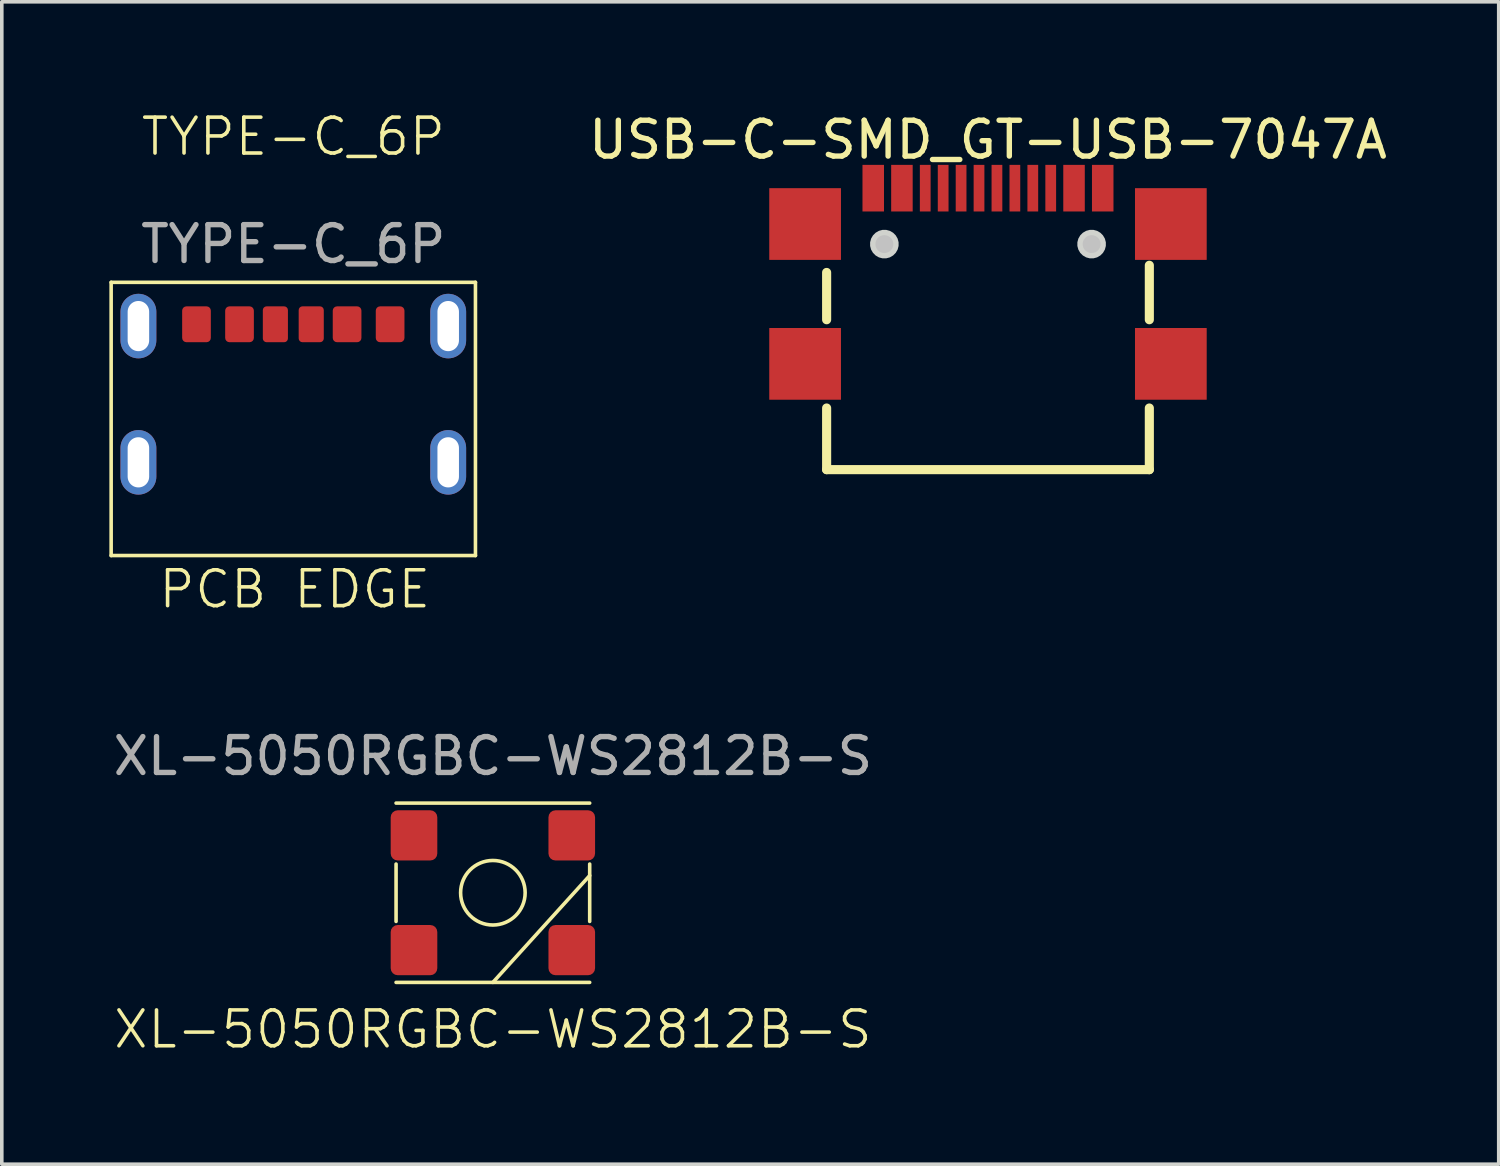
<source format=kicad_pcb>
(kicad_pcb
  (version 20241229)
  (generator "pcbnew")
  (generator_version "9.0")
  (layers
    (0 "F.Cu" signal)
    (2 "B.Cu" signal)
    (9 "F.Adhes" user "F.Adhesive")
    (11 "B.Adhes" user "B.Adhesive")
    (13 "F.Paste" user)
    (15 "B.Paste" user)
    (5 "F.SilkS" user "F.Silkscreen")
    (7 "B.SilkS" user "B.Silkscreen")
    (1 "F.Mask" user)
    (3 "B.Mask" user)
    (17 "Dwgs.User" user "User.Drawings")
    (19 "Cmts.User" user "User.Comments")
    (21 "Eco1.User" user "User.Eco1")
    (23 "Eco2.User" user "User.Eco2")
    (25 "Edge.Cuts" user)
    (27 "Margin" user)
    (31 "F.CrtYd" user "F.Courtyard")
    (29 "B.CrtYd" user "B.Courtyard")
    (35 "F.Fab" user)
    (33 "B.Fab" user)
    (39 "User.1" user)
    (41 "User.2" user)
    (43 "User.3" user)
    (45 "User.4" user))
  (footprint "TYPE-C_6P"
    (layer "F.Cu")
    (at 5.13 12.444)
    (property "Reference" "TYPE-C_6P" (at 0 -11.684 0) (unlocked yes) (layer "F.SilkS") (effects (font (size 1 1) (thickness 0.1))))
    (attr smd)
    (fp_line (start -5.08 -7.62) (end -5.08 0) (stroke (width 0.1) (type default)) (layer "F.SilkS"))
    (fp_line (start -5.08 0) (end 5.08 0) (stroke (width 0.1) (type default)) (layer "F.SilkS"))
    (fp_line (start 5.08 -7.62) (end -5.08 -7.62) (stroke (width 0.1) (type default)) (layer "F.SilkS"))
    (fp_line (start 5.08 0) (end 5.08 -7.62) (stroke (width 0.1) (type default)) (layer "F.SilkS"))
    (fp_text user "PCB EDGE" (at -3.81 1.524 0) (unlocked yes) (layer "F.SilkS") (effects (font (size 1 1) (thickness 0.1)) (justify left bottom)))
    (fp_text user "${REFERENCE}" (at 0 -8.684 0) (unlocked yes) (layer "F.Fab") (effects (font (size 1 1) (thickness 0.15))))
    (pad "7" thru_hole oval (at -4.32 -6.4) (size 1 1.8) (drill oval 0.6 1.4) (layers "*.Cu" "*.Mask"))
    (pad "7" thru_hole oval (at -4.32 -2.6) (size 1 1.8) (drill oval 0.6 1.4) (layers "*.Cu" "*.Mask"))
    (pad "7" thru_hole oval (at 4.32 -6.4) (size 1 1.8) (drill oval 0.6 1.4) (layers "*.Cu" "*.Mask"))
    (pad "7" thru_hole oval (at 4.32 -2.6) (size 1 1.8) (drill oval 0.6 1.4) (layers "*.Cu" "*.Mask"))
    (pad "A5" smd roundrect (at -0.5 -6.45) (size 0.7 1) (layers "F.Cu" "F.Mask" "F.Paste") (roundrect_rratio 0.15))
    (pad "A9" smd roundrect (at 1.5 -6.45) (size 0.8 1) (layers "F.Cu" "F.Mask" "F.Paste") (roundrect_rratio 0.15))
    (pad "A12" smd roundrect (at 2.7 -6.45) (size 0.8 1) (layers "F.Cu" "F.Mask" "F.Paste") (roundrect_rratio 0.15))
    (pad "B5" smd roundrect (at 0.5 -6.45) (size 0.7 1) (layers "F.Cu" "F.Mask" "F.Paste") (roundrect_rratio 0.15))
    (pad "B9" smd roundrect (at -1.5 -6.45) (size 0.8 1) (layers "F.Cu" "F.Mask" "F.Paste") (roundrect_rratio 0.15))
    (pad "B12" smd roundrect (at -2.7 -6.45) (size 0.8 1) (layers "F.Cu" "F.Mask" "F.Paste") (roundrect_rratio 0.15)))
  (footprint "USB-C-SMD_GT-USB-7047A"
    (layer "F.Cu")
    (at 24.504 4.648)
    (property "Reference" "USB-C-SMD_GT-USB-7047A" (at 0 -3.8 0) (layer "F.SilkS") (effects (font (size 1 1) (thickness 0.15))))
    (fp_line (start -4.5 1.219) (end -4.5 -0.1) (stroke (width 0.254) (type default)) (layer "F.SilkS"))
    (fp_line (start -4.5 5.4) (end -4.5 3.681) (stroke (width 0.254) (type default)) (layer "F.SilkS"))
    (fp_line (start -4.5 5.4) (end 4.5 5.4) (stroke (width 0.254) (type default)) (layer "F.SilkS"))
    (fp_line (start 4.5 1.219) (end 4.5 -0.3) (stroke (width 0.254) (type default)) (layer "F.SilkS"))
    (fp_line (start 4.5 5.4) (end 4.5 3.681) (stroke (width 0.254) (type default)) (layer "F.SilkS"))
    (fp_circle (center -2.89 -0.89) (end -2.765 -0.89) (stroke (width 0.25) (type default)) (fill no) (layer "Dwgs.User"))
    (fp_circle (center 2.89 -0.89) (end 3.015 -0.89) (stroke (width 0.25) (type default)) (fill no) (layer "Dwgs.User"))
    (fp_poly (pts (xy -2.493 -0.942) (xy -2.52 -1.043) (xy -2.573 -1.134) (xy -2.646 -1.207) (xy -2.737 -1.26) (xy -2.838 -1.287) (xy -2.942 -1.287) (xy -3.043 -1.26) (xy -3.134 -1.207) (xy -3.207 -1.134) (xy -3.26 -1.043) (xy -3.287 -0.942) (xy -3.287 -0.838) (xy -3.26 -0.737) (xy -3.207 -0.646) (xy -3.134 -0.573) (xy -3.043 -0.52) (xy -2.942 -0.493) (xy -2.838 -0.493) (xy -2.737 -0.52) (xy -2.646 -0.573) (xy -2.573 -0.646) (xy -2.52 -0.737) (xy -2.493 -0.838)) (stroke (width 0) (type default)) (fill yes) (layer "Edge.Cuts"))
    (fp_poly (pts (xy 3.287 -0.942) (xy 3.26 -1.043) (xy 3.207 -1.134) (xy 3.134 -1.207) (xy 3.043 -1.26) (xy 2.942 -1.287) (xy 2.838 -1.287) (xy 2.737 -1.26) (xy 2.646 -1.207) (xy 2.573 -1.134) (xy 2.52 -1.043) (xy 2.493 -0.942) (xy 2.493 -0.838) (xy 2.52 -0.737) (xy 2.573 -0.646) (xy 2.646 -0.573) (xy 2.737 -0.52) (xy 2.838 -0.493) (xy 2.942 -0.493) (xy 3.043 -0.52) (xy 3.134 -0.573) (xy 3.207 -0.646) (xy 3.26 -0.737) (xy 3.287 -0.838)) (stroke (width 0) (type default)) (fill yes) (layer "Edge.Cuts"))
    (fp_poly (pts (xy -5.73 -2) (xy -4.43 -2) (xy -4.43 -0.9) (xy -5.73 -0.9)) (stroke (width 0.1) (type default)) (fill no) (layer "User.1"))
    (fp_poly (pts (xy -5.73 1.85) (xy -4.43 1.85) (xy -4.43 3.05) (xy -5.73 3.05)) (stroke (width 0.1) (type default)) (fill no) (layer "User.1"))
    (fp_poly (pts (xy -3.4 -2.49) (xy -3 -2.49) (xy -3 -1.69) (xy -3.4 -1.69)) (stroke (width 0.1) (type default)) (fill no) (layer "User.1"))
    (fp_poly (pts (xy -2.6 -2.49) (xy -2.2 -2.49) (xy -2.2 -1.69) (xy -2.6 -1.69)) (stroke (width 0.1) (type default)) (fill no) (layer "User.1"))
    (fp_poly (pts (xy -1.85 -2.49) (xy -1.65 -2.49) (xy -1.65 -1.69) (xy -1.85 -1.69)) (stroke (width 0.1) (type default)) (fill no) (layer "User.1"))
    (fp_poly (pts (xy -1.35 -2.49) (xy -1.15 -2.49) (xy -1.15 -1.69) (xy -1.35 -1.69)) (stroke (width 0.1) (type default)) (fill no) (layer "User.1"))
    (fp_poly (pts (xy -0.85 -2.49) (xy -0.65 -2.49) (xy -0.65 -1.69) (xy -0.85 -1.69)) (stroke (width 0.1) (type default)) (fill no) (layer "User.1"))
    (fp_poly (pts (xy -0.35 -2.49) (xy -0.15 -2.49) (xy -0.15 -1.69) (xy -0.35 -1.69)) (stroke (width 0.1) (type default)) (fill no) (layer "User.1"))
    (fp_poly (pts (xy 0.15 -2.49) (xy 0.35 -2.49) (xy 0.35 -1.69) (xy 0.15 -1.69)) (stroke (width 0.1) (type default)) (fill no) (layer "User.1"))
    (fp_poly (pts (xy 0.65 -2.49) (xy 0.85 -2.49) (xy 0.85 -1.69) (xy 0.65 -1.69)) (stroke (width 0.1) (type default)) (fill no) (layer "User.1"))
    (fp_poly (pts (xy 1.15 -2.49) (xy 1.35 -2.49) (xy 1.35 -1.69) (xy 1.15 -1.69)) (stroke (width 0.1) (type default)) (fill no) (layer "User.1"))
    (fp_poly (pts (xy 1.65 -2.49) (xy 1.85 -2.49) (xy 1.85 -1.69) (xy 1.65 -1.69)) (stroke (width 0.1) (type default)) (fill no) (layer "User.1"))
    (fp_poly (pts (xy 2.2 -2.49) (xy 2.6 -2.49) (xy 2.6 -1.69) (xy 2.2 -1.69)) (stroke (width 0.1) (type default)) (fill no) (layer "User.1"))
    (fp_poly (pts (xy 3 -2.49) (xy 3.4 -2.49) (xy 3.4 -1.69) (xy 3 -1.69)) (stroke (width 0.1) (type default)) (fill no) (layer "User.1"))
    (fp_poly (pts (xy 4.42 -2) (xy 5.72 -2) (xy 5.72 -0.9) (xy 4.42 -0.9)) (stroke (width 0.1) (type default)) (fill no) (layer "User.1"))
    (fp_poly (pts (xy 4.42 1.85) (xy 5.72 1.85) (xy 5.72 3.05) (xy 4.42 3.05)) (stroke (width 0.1) (type default)) (fill no) (layer "User.1"))
    (fp_line (start -4.48 -1.99) (end 4.47 -1.99) (stroke (width 0.051) (type default)) (layer "User.2"))
    (fp_line (start -4.47 2.27) (end -4.48 -1.99) (stroke (width 0.051) (type default)) (layer "User.2"))
    (fp_line (start -4.47 5.37) (end -4.47 2.27) (stroke (width 0.051) (type default)) (layer "User.2"))
    (fp_line (start 4.47 -1.99) (end 4.47 5.37) (stroke (width 0.051) (type default)) (layer "User.2"))
    (fp_line (start 4.47 5.37) (end -4.47 5.37) (stroke (width 0.051) (type default)) (layer "User.2"))
    (fp_poly (pts (xy -5.675 -2.513) (xy -5.707 -2.545) (xy -5.753 -2.545) (xy -5.785 -2.513) (xy -5.785 -2.467) (xy -5.753 -2.435) (xy -5.707 -2.435) (xy -5.675 -2.467)) (stroke (width 0.1) (type default)) (fill no) (layer "User.3"))
    (pad "1" smd rect (at -5.1 -1.45) (size 2 2) (layers "F.Cu" "F.Mask" "F.Paste"))
    (pad "2" smd rect (at 5.1 -1.45) (size 2 2) (layers "F.Cu" "F.Mask" "F.Paste"))
    (pad "3" smd rect (at 5.1 2.45) (size 2 2) (layers "F.Cu" "F.Mask" "F.Paste"))
    (pad "4" smd rect (at -5.1 2.45) (size 2 2) (layers "F.Cu" "F.Mask" "F.Paste"))
    (pad "A1B12" smd rect (at -3.2 -2.45) (size 0.6 1.3) (layers "F.Cu" "F.Mask" "F.Paste"))
    (pad "A4B9" smd rect (at -2.4 -2.45) (size 0.6 1.3) (layers "F.Cu" "F.Mask" "F.Paste"))
    (pad "A5" smd rect (at -1.25 -2.45) (size 0.3 1.3) (layers "F.Cu" "F.Mask" "F.Paste"))
    (pad "A6" smd rect (at -0.25 -2.45) (size 0.3 1.3) (layers "F.Cu" "F.Mask" "F.Paste"))
    (pad "A7" smd rect (at 0.25 -2.45) (size 0.3 1.3) (layers "F.Cu" "F.Mask" "F.Paste"))
    (pad "A8" smd rect (at 1.25 -2.45) (size 0.3 1.3) (layers "F.Cu" "F.Mask" "F.Paste"))
    (pad "B1A12" smd rect (at 3.2 -2.45) (size 0.6 1.3) (layers "F.Cu" "F.Mask" "F.Paste"))
    (pad "B4A9" smd rect (at 2.4 -2.45) (size 0.6 1.3) (layers "F.Cu" "F.Mask" "F.Paste"))
    (pad "B5" smd rect (at 1.75 -2.45) (size 0.3 1.3) (layers "F.Cu" "F.Mask" "F.Paste"))
    (pad "B6" smd rect (at 0.75 -2.45) (size 0.3 1.3) (layers "F.Cu" "F.Mask" "F.Paste"))
    (pad "B7" smd rect (at -0.75 -2.45) (size 0.3 1.3) (layers "F.Cu" "F.Mask" "F.Paste"))
    (pad "B8" smd rect (at -1.75 -2.45) (size 0.3 1.3) (layers "F.Cu" "F.Mask" "F.Paste")))
  (footprint "XL-5050RGBC-WS2812B-S"
    (layer "F.Cu")
    (at 10.696 21.848)
    (property "Reference" "XL-5050RGBC-WS2812B-S" (at 0 3.81 0) (unlocked yes) (layer "F.SilkS") (effects (font (size 1 1) (thickness 0.1))))
    (attr smd)
    (fp_line (start -2.7 -2.5) (end 2.7 -2.5) (stroke (width 0.1) (type default)) (layer "F.SilkS"))
    (fp_line (start -2.7 0.8) (end -2.7 -0.8) (stroke (width 0.1) (type solid)) (layer "F.SilkS"))
    (fp_line (start 2.7 -0.479) (end 0 2.5) (stroke (width 0.1) (type default)) (layer "F.SilkS"))
    (fp_line (start 2.7 0.8) (end 2.7 -0.8) (stroke (width 0.1) (type solid)) (layer "F.SilkS"))
    (fp_line (start 2.7 2.5) (end -2.7 2.5) (stroke (width 0.1) (type default)) (layer "F.SilkS"))
    (fp_circle (center 0 0) (end 0.9 0) (stroke (width 0.1) (type solid)) (fill no) (layer "F.SilkS"))
    (fp_text user "${REFERENCE}" (at 0 -3.81 0) (unlocked yes) (layer "F.Fab") (effects (font (size 1 1) (thickness 0.15))))
    (pad "1" smd roundrect (at -2.2 -1.6) (size 1.3 1.4) (layers "F.Cu" "F.Mask" "F.Paste") (roundrect_rratio 0.15))
    (pad "2" smd roundrect (at -2.2 1.6) (size 1.3 1.4) (layers "F.Cu" "F.Mask" "F.Paste") (roundrect_rratio 0.15))
    (pad "3" smd roundrect (at 2.2 1.6) (size 1.3 1.4) (layers "F.Cu" "F.Mask" "F.Paste") (roundrect_rratio 0.15))
    (pad "4" smd roundrect (at 2.2 -1.6) (size 1.3 1.4) (layers "F.Cu" "F.Mask" "F.Paste") (roundrect_rratio 0.15)))
  (gr_rect
    (start -3 -3)
    (end 38.748 29.418)
    (stroke (width 0.1) (type default))
    (fill no)
    (layer "Edge.Cuts")))
</source>
